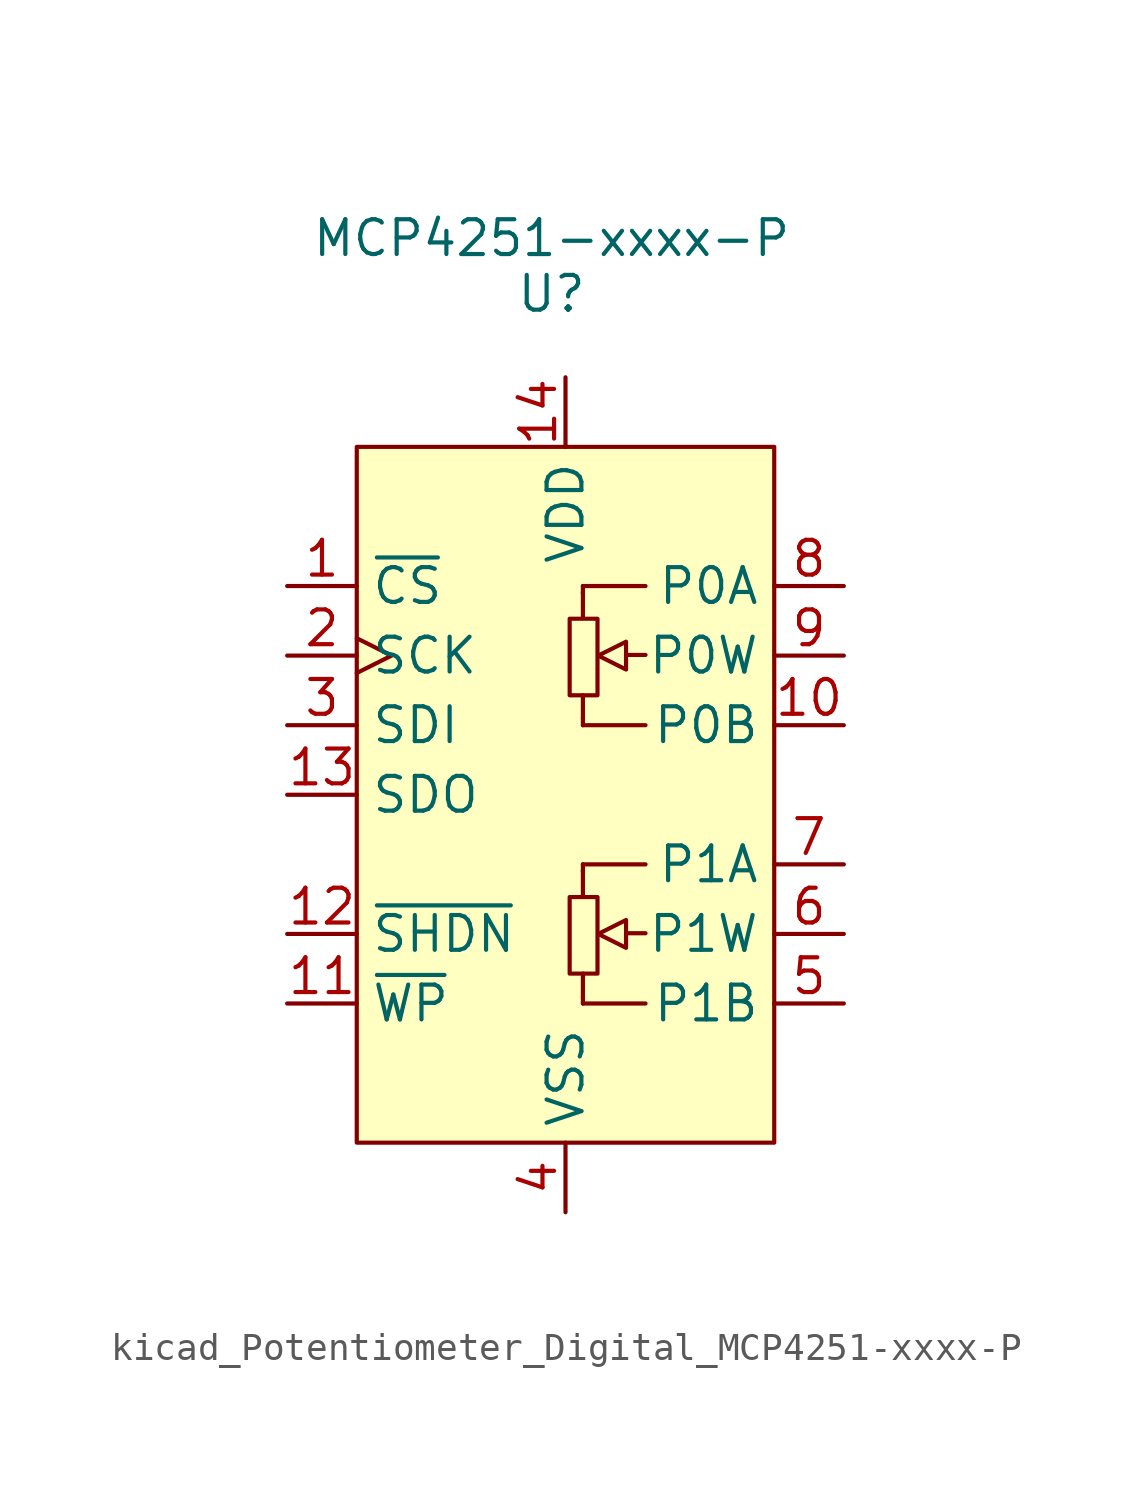
<source format=kicad_sym>
(kicad_symbol_lib
  (version 20220914)
  (generator kicad_symbol_editor)
  (symbol "kicad_Potentiometer_Digital_MCP4251-xxxx-P"
    (property "Reference" "U"
      (at -0.508 18.288 0)
      (effects (font (size 1.27 1.27))))
    (property "Value" "MCP4251-xxxx-P"
      (at -0.508 20.32 0)
      (effects (font (size 1.27 1.27))))
    (symbol "kicad_Potentiometer_Digital_MCP4251-xxxx-P_0_1"
      (polyline (pts (xy 0 12.7) (xy 7.62 12.7) (xy 7.62 0) (xy 7.62 -12.7) (xy -7.62 -12.7) (xy -7.62 12.7) (xy 0 12.7)) (stroke (width 0) (type default)) (fill (type background))))
    (symbol "kicad_Potentiometer_Digital_MCP4251-xxxx-P_1_1"
      (polyline (pts (xy 0.635 -7.366) (xy 0.635 -6.528)) (stroke (width 0) (type default)) (fill (type none)))
      (polyline (pts (xy 0.635 -2.769) (xy 0.635 -3.708)) (stroke (width 0) (type default)) (fill (type none)))
      (polyline (pts (xy 0.635 2.794) (xy 0.635 3.632)) (stroke (width 0) (type default)) (fill (type none)))
      (polyline (pts (xy 0.635 7.391) (xy 0.635 6.452)) (stroke (width 0) (type default)) (fill (type none)))
      (polyline (pts (xy 2.21 -5.055) (xy 2.921 -5.055)) (stroke (width 0) (type default)) (fill (type none)))
      (polyline (pts (xy 2.21 5.105) (xy 2.921 5.105)) (stroke (width 0) (type default)) (fill (type none)))
      (polyline (pts (xy 0.635 -7.62) (xy 0.635 -7.366) (xy 0.635 -7.366)) (stroke (width 0) (type default)) (fill (type background)))
      (polyline (pts (xy 0.635 -7.62) (xy 2.921 -7.62) (xy 2.921 -7.62)) (stroke (width 0) (type default)) (fill (type background)))
      (polyline (pts (xy 0.635 -2.54) (xy 0.635 -2.794) (xy 0.635 -2.794)) (stroke (width 0) (type default)) (fill (type none)))
      (polyline (pts (xy 0.635 -2.54) (xy 2.921 -2.54) (xy 2.921 -2.54)) (stroke (width 0) (type default)) (fill (type background)))
      (polyline (pts (xy 0.635 2.54) (xy 0.635 2.794) (xy 0.635 2.794)) (stroke (width 0) (type default)) (fill (type background)))
      (polyline (pts (xy 0.635 2.54) (xy 2.921 2.54) (xy 2.921 2.54)) (stroke (width 0) (type default)) (fill (type background)))
      (polyline (pts (xy 0.635 7.62) (xy 0.635 7.366) (xy 0.635 7.366)) (stroke (width 0) (type default)) (fill (type none)))
      (polyline (pts (xy 0.635 7.62) (xy 2.921 7.62) (xy 2.921 7.62)) (stroke (width 0) (type default)) (fill (type background)))
      (polyline (pts (xy 2.21 -4.572) (xy 2.21 -5.588) (xy 1.194 -5.08) (xy 2.21 -4.572) (xy 2.21 -4.572)) (stroke (width 0) (type default)) (fill (type background)))
      (polyline (pts (xy 2.21 5.588) (xy 2.21 4.572) (xy 1.194 5.08) (xy 2.21 5.588) (xy 2.21 5.588)) (stroke (width 0) (type default)) (fill (type background)))
      (rectangle (start 0.152 -3.734) (end 1.168 -6.528) (stroke (width 0) (type default)) (fill (type none)))
      (rectangle (start 0.152 6.426) (end 1.168 3.632) (stroke (width 0) (type default)) (fill (type none)))
      (pin input line (at -10.16 7.62 0) (length 2.54) (name "~{CS}" (effects (font (size 1.27 1.27)))) (number "1" (effects (font (size 1.27 1.27)))))
      (pin passive line (at 10.16 2.54 180) (length 2.54) (name "P0B" (effects (font (size 1.27 1.27)))) (number "10" (effects (font (size 1.27 1.27)))))
      (pin input line (at -10.16 -7.62 0) (length 2.54) (name "~{WP}" (effects (font (size 1.27 1.27)))) (number "11" (effects (font (size 1.27 1.27)))))
      (pin input line (at -10.16 -5.08 0) (length 2.54) (name "~{SHDN}" (effects (font (size 1.27 1.27)))) (number "12" (effects (font (size 1.27 1.27)))))
      (pin output line (at -10.16 0 0) (length 2.54) (name "SDO" (effects (font (size 1.27 1.27)))) (number "13" (effects (font (size 1.27 1.27)))))
      (pin power_in line (at 0 15.24 270) (length 2.54) (name "VDD" (effects (font (size 1.27 1.27)))) (number "14" (effects (font (size 1.27 1.27)))))
      (pin input clock (at -10.16 5.08 0) (length 2.54) (name "SCK" (effects (font (size 1.27 1.27)))) (number "2" (effects (font (size 1.27 1.27)))))
      (pin input line (at -10.16 2.54 0) (length 2.54) (name "SDI" (effects (font (size 1.27 1.27)))) (number "3" (effects (font (size 1.27 1.27)))))
      (pin power_in line (at 0 -15.24 90) (length 2.54) (name "VSS" (effects (font (size 1.27 1.27)))) (number "4" (effects (font (size 1.27 1.27)))))
      (pin passive line (at 10.16 -7.62 180) (length 2.54) (name "P1B" (effects (font (size 1.27 1.27)))) (number "5" (effects (font (size 1.27 1.27)))))
      (pin passive line (at 10.16 -5.08 180) (length 2.54) (name "P1W" (effects (font (size 1.27 1.27)))) (number "6" (effects (font (size 1.27 1.27)))))
      (pin passive line (at 10.16 -2.54 180) (length 2.54) (name "P1A" (effects (font (size 1.27 1.27)))) (number "7" (effects (font (size 1.27 1.27)))))
      (pin passive line (at 10.16 7.62 180) (length 2.54) (name "P0A" (effects (font (size 1.27 1.27)))) (number "8" (effects (font (size 1.27 1.27)))))
      (pin passive line (at 10.16 5.08 180) (length 2.54) (name "P0W" (effects (font (size 1.27 1.27)))) (number "9" (effects (font (size 1.27 1.27))))))))
</source>
